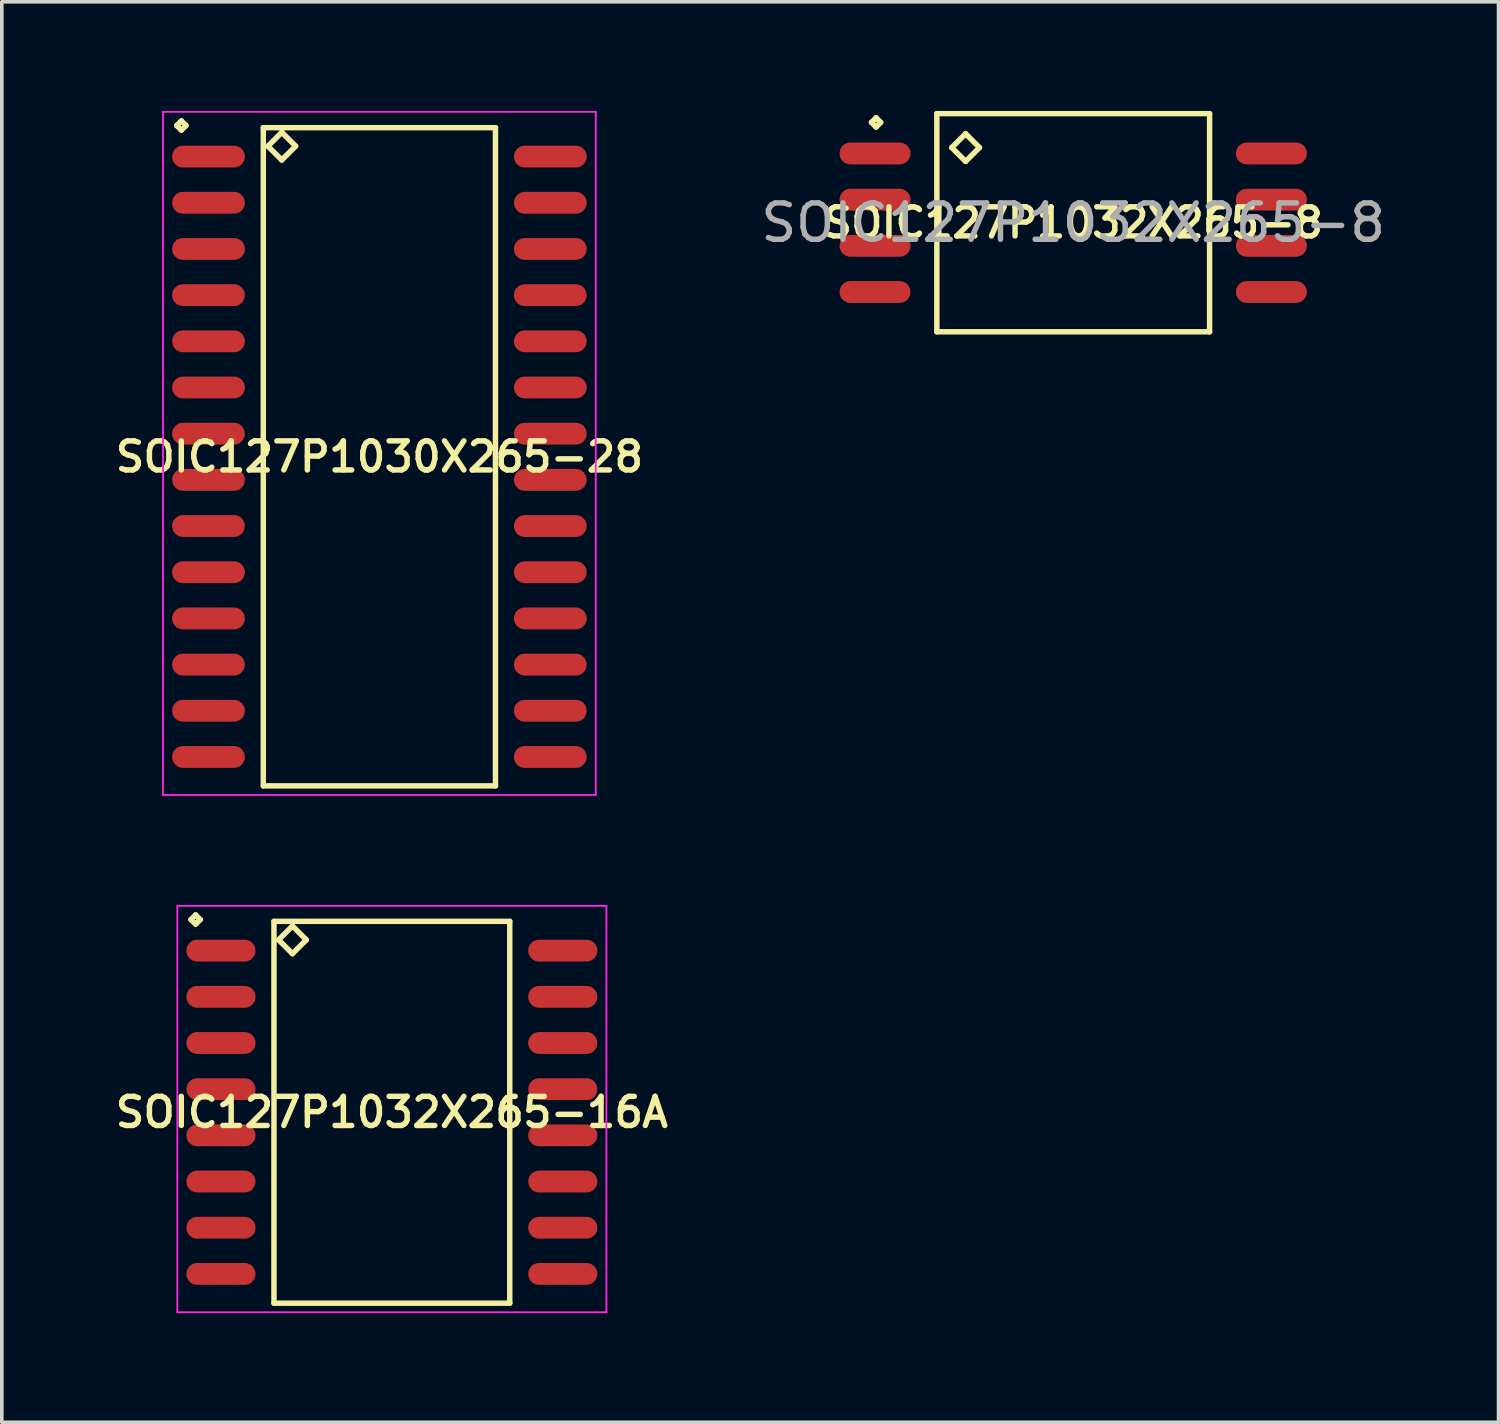
<source format=kicad_pcb>
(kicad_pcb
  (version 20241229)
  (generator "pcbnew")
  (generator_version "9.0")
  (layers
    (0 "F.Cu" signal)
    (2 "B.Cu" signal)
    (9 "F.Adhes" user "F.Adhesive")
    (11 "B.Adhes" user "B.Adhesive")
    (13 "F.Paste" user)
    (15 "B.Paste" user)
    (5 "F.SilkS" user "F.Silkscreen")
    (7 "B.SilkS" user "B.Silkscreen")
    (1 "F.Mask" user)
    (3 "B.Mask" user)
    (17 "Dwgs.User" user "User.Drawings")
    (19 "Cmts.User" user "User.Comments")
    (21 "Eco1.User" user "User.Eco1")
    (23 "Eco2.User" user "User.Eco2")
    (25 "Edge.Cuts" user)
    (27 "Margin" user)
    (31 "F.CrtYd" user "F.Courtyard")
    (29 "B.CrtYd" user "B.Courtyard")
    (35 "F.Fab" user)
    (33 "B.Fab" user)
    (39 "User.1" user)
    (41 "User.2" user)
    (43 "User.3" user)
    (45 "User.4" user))
  (footprint "SOIC127P1032X265-16A"
    (layer "F.Cu")
    (at 7.726 27.537)
    (property "Reference" "SOIC127P1032X265-16A" (at 0 0 0) (layer "F.SilkS") (effects (font (size 0.8 0.8) (thickness 0.15))))
    (attr smd)
    (fp_line (start -5.523 -5.299) (end -5.396 -5.426) (stroke (width 0.15) (type solid)) (layer "F.SilkS"))
    (fp_line (start -5.396 -5.426) (end -5.269 -5.299) (stroke (width 0.15) (type solid)) (layer "F.SilkS"))
    (fp_line (start -5.396 -5.172) (end -5.523 -5.299) (stroke (width 0.15) (type solid)) (layer "F.SilkS"))
    (fp_line (start -5.269 -5.299) (end -5.396 -5.172) (stroke (width 0.15) (type solid)) (layer "F.SilkS"))
    (fp_line (start -3.242 -5.25) (end -3.242 5.25) (stroke (width 0.15) (type solid)) (layer "F.SilkS"))
    (fp_line (start -3.242 5.25) (end 3.242 5.25) (stroke (width 0.15) (type solid)) (layer "F.SilkS"))
    (fp_line (start -3.115 -4.742) (end -2.734 -5.123) (stroke (width 0.15) (type solid)) (layer "F.SilkS"))
    (fp_line (start -2.734 -5.123) (end -2.353 -4.742) (stroke (width 0.15) (type solid)) (layer "F.SilkS"))
    (fp_line (start -2.734 -4.361) (end -3.115 -4.742) (stroke (width 0.15) (type solid)) (layer "F.SilkS"))
    (fp_line (start -2.353 -4.742) (end -2.734 -4.361) (stroke (width 0.15) (type solid)) (layer "F.SilkS"))
    (fp_line (start 3.242 -5.25) (end -3.242 -5.25) (stroke (width 0.15) (type solid)) (layer "F.SilkS"))
    (fp_line (start 3.242 5.25) (end 3.242 -5.25) (stroke (width 0.15) (type solid)) (layer "F.SilkS"))
    (fp_line (start -5.9 -5.676) (end 5.9 -5.676) (stroke (width 0.05) (type solid)) (layer "F.CrtYd"))
    (fp_line (start -5.9 5.5) (end -5.9 -5.676) (stroke (width 0.05) (type solid)) (layer "F.CrtYd"))
    (fp_line (start 5.9 -5.676) (end 5.9 5.5) (stroke (width 0.05) (type solid)) (layer "F.CrtYd"))
    (fp_line (start 5.9 5.5) (end -5.9 5.5) (stroke (width 0.05) (type solid)) (layer "F.CrtYd"))
    (pad "1" smd oval (at -4.7 -4.445) (size 1.9 0.6) (layers "F.Cu" "F.Mask" "F.Paste"))
    (pad "2" smd oval (at -4.7 -3.175) (size 1.9 0.6) (layers "F.Cu" "F.Mask" "F.Paste"))
    (pad "3" smd oval (at -4.7 -1.905) (size 1.9 0.6) (layers "F.Cu" "F.Mask" "F.Paste"))
    (pad "4" smd oval (at -4.7 -0.635) (size 1.9 0.6) (layers "F.Cu" "F.Mask" "F.Paste"))
    (pad "5" smd oval (at -4.7 0.635) (size 1.9 0.6) (layers "F.Cu" "F.Mask" "F.Paste"))
    (pad "6" smd oval (at -4.7 1.905) (size 1.9 0.6) (layers "F.Cu" "F.Mask" "F.Paste"))
    (pad "7" smd oval (at -4.7 3.175) (size 1.9 0.6) (layers "F.Cu" "F.Mask" "F.Paste"))
    (pad "8" smd oval (at -4.7 4.445) (size 1.9 0.6) (layers "F.Cu" "F.Mask" "F.Paste"))
    (pad "9" smd oval (at 4.7 4.445) (size 1.9 0.6) (layers "F.Cu" "F.Mask" "F.Paste"))
    (pad "10" smd oval (at 4.7 3.175) (size 1.9 0.6) (layers "F.Cu" "F.Mask" "F.Paste"))
    (pad "11" smd oval (at 4.7 1.905) (size 1.9 0.6) (layers "F.Cu" "F.Mask" "F.Paste"))
    (pad "12" smd oval (at 4.7 0.635) (size 1.9 0.6) (layers "F.Cu" "F.Mask" "F.Paste"))
    (pad "13" smd oval (at 4.7 -0.635) (size 1.9 0.6) (layers "F.Cu" "F.Mask" "F.Paste"))
    (pad "14" smd oval (at 4.7 -1.905) (size 1.9 0.6) (layers "F.Cu" "F.Mask" "F.Paste"))
    (pad "15" smd oval (at 4.7 -3.175) (size 1.9 0.6) (layers "F.Cu" "F.Mask" "F.Paste"))
    (pad "16" smd oval (at 4.7 -4.445) (size 1.9 0.6) (layers "F.Cu" "F.Mask" "F.Paste")))
  (footprint "SOIC127P1032X265-8"
    (layer "F.Cu")
    (at 26.463 3.075)
    (property "Reference" "SOIC127P1032X265-8" (at 0 0 0) (layer "F.SilkS") (effects (font (size 0.8 0.8) (thickness 0.15))))
    (attr smd)
    (fp_line (start -5.548 -2.759) (end -5.421 -2.886) (stroke (width 0.15) (type solid)) (layer "F.SilkS"))
    (fp_line (start -5.421 -2.886) (end -5.294 -2.759) (stroke (width 0.15) (type solid)) (layer "F.SilkS"))
    (fp_line (start -5.421 -2.632) (end -5.548 -2.759) (stroke (width 0.15) (type solid)) (layer "F.SilkS"))
    (fp_line (start -5.294 -2.759) (end -5.421 -2.632) (stroke (width 0.15) (type solid)) (layer "F.SilkS"))
    (fp_line (start -3.75 -3) (end -3.75 3) (stroke (width 0.15) (type solid)) (layer "F.SilkS"))
    (fp_line (start -3.75 3) (end 3.75 3) (stroke (width 0.15) (type solid)) (layer "F.SilkS"))
    (fp_line (start -3.34 -2.067) (end -2.959 -2.448) (stroke (width 0.15) (type solid)) (layer "F.SilkS"))
    (fp_line (start -2.959 -2.448) (end -2.578 -2.067) (stroke (width 0.15) (type solid)) (layer "F.SilkS"))
    (fp_line (start -2.959 -1.686) (end -3.34 -2.067) (stroke (width 0.15) (type solid)) (layer "F.SilkS"))
    (fp_line (start -2.578 -2.067) (end -2.959 -1.686) (stroke (width 0.15) (type solid)) (layer "F.SilkS"))
    (fp_line (start 3.75 -3) (end -3.75 -3) (stroke (width 0.15) (type solid)) (layer "F.SilkS"))
    (fp_line (start 3.75 3) (end 3.75 -3) (stroke (width 0.15) (type solid)) (layer "F.SilkS"))
    (fp_text user "${REFERENCE}" (at 0 0 0) (layer "F.Fab") (effects (font (size 1 1) (thickness 0.15))))
    (pad "1" smd oval (at -5.45 -1.905) (size 1.95 0.6) (layers "F.Cu" "F.Mask" "F.Paste"))
    (pad "2" smd oval (at -5.45 -0.635) (size 1.95 0.6) (layers "F.Cu" "F.Mask" "F.Paste"))
    (pad "3" smd oval (at -5.45 0.635) (size 1.95 0.6) (layers "F.Cu" "F.Mask" "F.Paste"))
    (pad "4" smd oval (at -5.45 1.905) (size 1.95 0.6) (layers "F.Cu" "F.Mask" "F.Paste"))
    (pad "5" smd oval (at 5.45 1.905) (size 1.95 0.6) (layers "F.Cu" "F.Mask" "F.Paste"))
    (pad "6" smd oval (at 5.45 0.635) (size 1.95 0.6) (layers "F.Cu" "F.Mask" "F.Paste"))
    (pad "7" smd oval (at 5.45 -0.635) (size 1.95 0.6) (layers "F.Cu" "F.Mask" "F.Paste"))
    (pad "8" smd oval (at 5.45 -1.905) (size 1.95 0.6) (layers "F.Cu" "F.Mask" "F.Paste")))
  (footprint "SOIC127P1030X265-28"
    (layer "F.Cu")
    (at 7.383 9.511)
    (property "Reference" "SOIC127P1030X265-28" (at 0 0 0) (layer "F.SilkS") (effects (font (size 0.8 0.8) (thickness 0.15))))
    (attr smd)
    (fp_line (start -5.573 -9.109) (end -5.446 -9.236) (stroke (width 0.15) (type solid)) (layer "F.SilkS"))
    (fp_line (start -5.446 -9.236) (end -5.319 -9.109) (stroke (width 0.15) (type solid)) (layer "F.SilkS"))
    (fp_line (start -5.446 -8.982) (end -5.573 -9.109) (stroke (width 0.15) (type solid)) (layer "F.SilkS"))
    (fp_line (start -5.319 -9.109) (end -5.446 -8.982) (stroke (width 0.15) (type solid)) (layer "F.SilkS"))
    (fp_line (start -3.192 -9.05) (end -3.192 9.05) (stroke (width 0.15) (type solid)) (layer "F.SilkS"))
    (fp_line (start -3.192 9.05) (end 3.192 9.05) (stroke (width 0.15) (type solid)) (layer "F.SilkS"))
    (fp_line (start -3.065 -8.542) (end -2.684 -8.923) (stroke (width 0.15) (type solid)) (layer "F.SilkS"))
    (fp_line (start -2.684 -8.923) (end -2.303 -8.542) (stroke (width 0.15) (type solid)) (layer "F.SilkS"))
    (fp_line (start -2.684 -8.161) (end -3.065 -8.542) (stroke (width 0.15) (type solid)) (layer "F.SilkS"))
    (fp_line (start -2.303 -8.542) (end -2.684 -8.161) (stroke (width 0.15) (type solid)) (layer "F.SilkS"))
    (fp_line (start 3.192 -9.05) (end -3.192 -9.05) (stroke (width 0.15) (type solid)) (layer "F.SilkS"))
    (fp_line (start 3.192 9.05) (end 3.192 -9.05) (stroke (width 0.15) (type solid)) (layer "F.SilkS"))
    (fp_line (start -5.95 -9.486) (end 5.95 -9.486) (stroke (width 0.05) (type solid)) (layer "F.CrtYd"))
    (fp_line (start -5.95 9.3) (end -5.95 -9.486) (stroke (width 0.05) (type solid)) (layer "F.CrtYd"))
    (fp_line (start 5.95 -9.486) (end 5.95 9.3) (stroke (width 0.05) (type solid)) (layer "F.CrtYd"))
    (fp_line (start 5.95 9.3) (end -5.95 9.3) (stroke (width 0.05) (type solid)) (layer "F.CrtYd"))
    (pad "1" smd oval (at -4.7 -8.255) (size 2 0.6) (layers "F.Cu" "F.Mask" "F.Paste"))
    (pad "2" smd oval (at -4.7 -6.985) (size 2 0.6) (layers "F.Cu" "F.Mask" "F.Paste"))
    (pad "3" smd oval (at -4.7 -5.715) (size 2 0.6) (layers "F.Cu" "F.Mask" "F.Paste"))
    (pad "4" smd oval (at -4.7 -4.445) (size 2 0.6) (layers "F.Cu" "F.Mask" "F.Paste"))
    (pad "5" smd oval (at -4.7 -3.175) (size 2 0.6) (layers "F.Cu" "F.Mask" "F.Paste"))
    (pad "6" smd oval (at -4.7 -1.905) (size 2 0.6) (layers "F.Cu" "F.Mask" "F.Paste"))
    (pad "7" smd oval (at -4.7 -0.635) (size 2 0.6) (layers "F.Cu" "F.Mask" "F.Paste"))
    (pad "8" smd oval (at -4.7 0.635) (size 2 0.6) (layers "F.Cu" "F.Mask" "F.Paste"))
    (pad "9" smd oval (at -4.7 1.905) (size 2 0.6) (layers "F.Cu" "F.Mask" "F.Paste"))
    (pad "10" smd oval (at -4.7 3.175) (size 2 0.6) (layers "F.Cu" "F.Mask" "F.Paste"))
    (pad "11" smd oval (at -4.7 4.445) (size 2 0.6) (layers "F.Cu" "F.Mask" "F.Paste"))
    (pad "12" smd oval (at -4.7 5.715) (size 2 0.6) (layers "F.Cu" "F.Mask" "F.Paste"))
    (pad "13" smd oval (at -4.7 6.985) (size 2 0.6) (layers "F.Cu" "F.Mask" "F.Paste"))
    (pad "14" smd oval (at -4.7 8.255) (size 2 0.6) (layers "F.Cu" "F.Mask" "F.Paste"))
    (pad "15" smd oval (at 4.7 8.255) (size 2 0.6) (layers "F.Cu" "F.Mask" "F.Paste"))
    (pad "16" smd oval (at 4.7 6.985) (size 2 0.6) (layers "F.Cu" "F.Mask" "F.Paste"))
    (pad "17" smd oval (at 4.7 5.715) (size 2 0.6) (layers "F.Cu" "F.Mask" "F.Paste"))
    (pad "18" smd oval (at 4.7 4.445) (size 2 0.6) (layers "F.Cu" "F.Mask" "F.Paste"))
    (pad "19" smd oval (at 4.7 3.175) (size 2 0.6) (layers "F.Cu" "F.Mask" "F.Paste"))
    (pad "20" smd oval (at 4.7 1.905) (size 2 0.6) (layers "F.Cu" "F.Mask" "F.Paste"))
    (pad "21" smd oval (at 4.7 0.635) (size 2 0.6) (layers "F.Cu" "F.Mask" "F.Paste"))
    (pad "22" smd oval (at 4.7 -0.635) (size 2 0.6) (layers "F.Cu" "F.Mask" "F.Paste"))
    (pad "23" smd oval (at 4.7 -1.905) (size 2 0.6) (layers "F.Cu" "F.Mask" "F.Paste"))
    (pad "24" smd oval (at 4.7 -3.175) (size 2 0.6) (layers "F.Cu" "F.Mask" "F.Paste"))
    (pad "25" smd oval (at 4.7 -4.445) (size 2 0.6) (layers "F.Cu" "F.Mask" "F.Paste"))
    (pad "26" smd oval (at 4.7 -5.715) (size 2 0.6) (layers "F.Cu" "F.Mask" "F.Paste"))
    (pad "27" smd oval (at 4.7 -6.985) (size 2 0.6) (layers "F.Cu" "F.Mask" "F.Paste"))
    (pad "28" smd oval (at 4.7 -8.255) (size 2 0.6) (layers "F.Cu" "F.Mask" "F.Paste")))
  (gr_rect
    (start -3 -3)
    (end 38.159 36.062)
    (stroke (width 0.1) (type default))
    (fill no)
    (layer "Edge.Cuts")))
</source>
